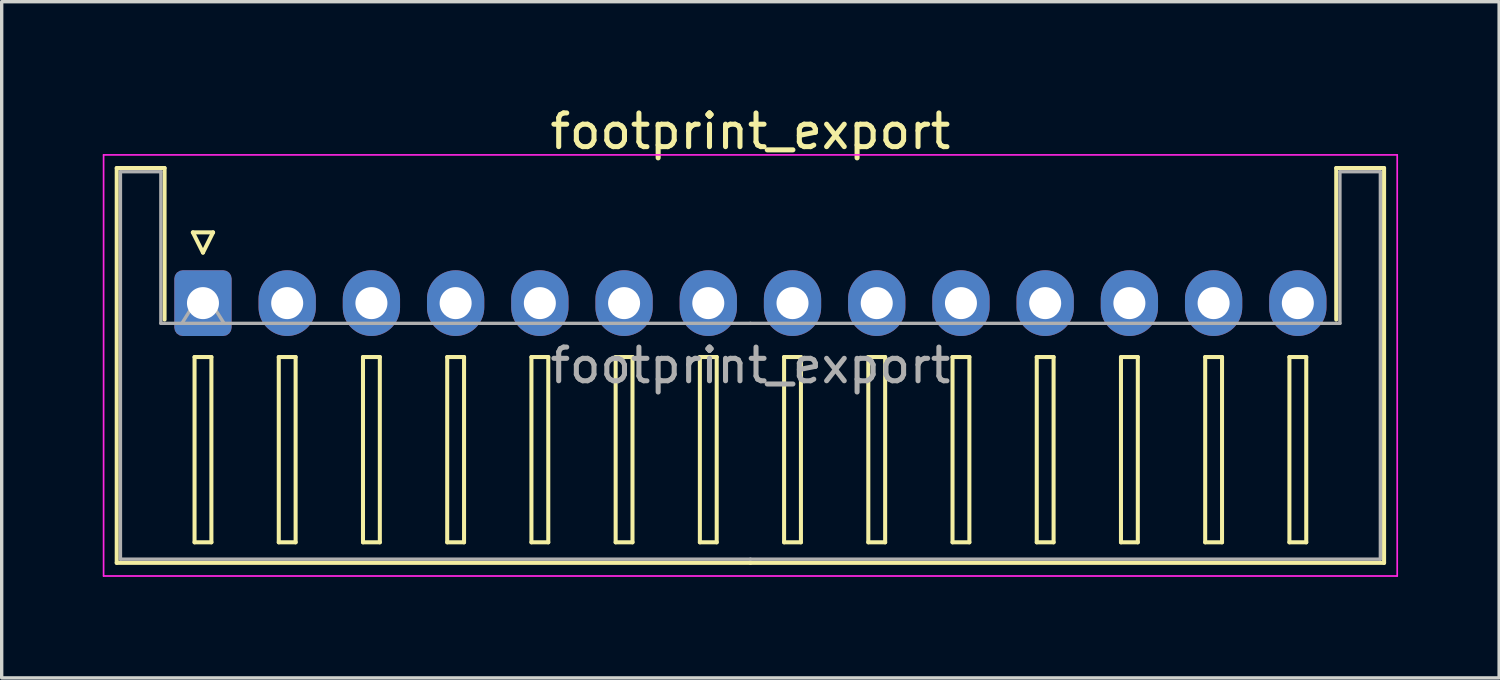
<source format=kicad_pcb>
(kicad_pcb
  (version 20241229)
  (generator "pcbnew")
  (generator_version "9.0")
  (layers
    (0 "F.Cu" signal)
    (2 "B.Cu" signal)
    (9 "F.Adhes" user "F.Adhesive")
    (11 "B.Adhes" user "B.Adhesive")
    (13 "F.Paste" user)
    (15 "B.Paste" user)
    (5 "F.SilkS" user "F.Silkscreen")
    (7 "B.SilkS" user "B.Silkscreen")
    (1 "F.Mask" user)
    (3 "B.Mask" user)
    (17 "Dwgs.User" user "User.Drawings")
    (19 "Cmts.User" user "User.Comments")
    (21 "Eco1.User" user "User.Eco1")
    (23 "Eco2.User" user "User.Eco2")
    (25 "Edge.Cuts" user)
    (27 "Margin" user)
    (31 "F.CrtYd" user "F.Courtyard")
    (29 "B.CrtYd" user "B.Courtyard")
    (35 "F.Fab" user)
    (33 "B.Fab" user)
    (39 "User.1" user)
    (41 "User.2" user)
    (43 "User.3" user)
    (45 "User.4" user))
  (footprint "footprint_export"
    (layer "F.Cu")
    (at 2.975 5.948)
    (property "Reference" "footprint_export" (at 16.25 -5.1 0) (layer "F.SilkS") (effects (font (size 1 1) (thickness 0.15))))
    (attr through_hole)
    (fp_line (start -2.56 -4.01) (end -1.14 -4.01) (stroke (width 0.12) (type solid)) (layer "F.SilkS"))
    (fp_line (start -2.56 7.71) (end -2.56 -4.01) (stroke (width 0.12) (type solid)) (layer "F.SilkS"))
    (fp_line (start -1.14 -4.01) (end -1.14 0.49) (stroke (width 0.12) (type solid)) (layer "F.SilkS"))
    (fp_line (start -0.3 -2.1) (end 0.3 -2.1) (stroke (width 0.12) (type solid)) (layer "F.SilkS"))
    (fp_line (start -0.25 1.6) (end -0.25 7.1) (stroke (width 0.12) (type solid)) (layer "F.SilkS"))
    (fp_line (start -0.25 7.1) (end 0.25 7.1) (stroke (width 0.12) (type solid)) (layer "F.SilkS"))
    (fp_line (start 0 -1.5) (end -0.3 -2.1) (stroke (width 0.12) (type solid)) (layer "F.SilkS"))
    (fp_line (start 0.25 1.6) (end -0.25 1.6) (stroke (width 0.12) (type solid)) (layer "F.SilkS"))
    (fp_line (start 0.25 7.1) (end 0.25 1.6) (stroke (width 0.12) (type solid)) (layer "F.SilkS"))
    (fp_line (start 0.3 -2.1) (end 0 -1.5) (stroke (width 0.12) (type solid)) (layer "F.SilkS"))
    (fp_line (start 2.25 1.6) (end 2.25 7.1) (stroke (width 0.12) (type solid)) (layer "F.SilkS"))
    (fp_line (start 2.25 7.1) (end 2.75 7.1) (stroke (width 0.12) (type solid)) (layer "F.SilkS"))
    (fp_line (start 2.75 1.6) (end 2.25 1.6) (stroke (width 0.12) (type solid)) (layer "F.SilkS"))
    (fp_line (start 2.75 7.1) (end 2.75 1.6) (stroke (width 0.12) (type solid)) (layer "F.SilkS"))
    (fp_line (start 4.75 1.6) (end 4.75 7.1) (stroke (width 0.12) (type solid)) (layer "F.SilkS"))
    (fp_line (start 4.75 7.1) (end 5.25 7.1) (stroke (width 0.12) (type solid)) (layer "F.SilkS"))
    (fp_line (start 5.25 1.6) (end 4.75 1.6) (stroke (width 0.12) (type solid)) (layer "F.SilkS"))
    (fp_line (start 5.25 7.1) (end 5.25 1.6) (stroke (width 0.12) (type solid)) (layer "F.SilkS"))
    (fp_line (start 7.25 1.6) (end 7.25 7.1) (stroke (width 0.12) (type solid)) (layer "F.SilkS"))
    (fp_line (start 7.25 7.1) (end 7.75 7.1) (stroke (width 0.12) (type solid)) (layer "F.SilkS"))
    (fp_line (start 7.75 1.6) (end 7.25 1.6) (stroke (width 0.12) (type solid)) (layer "F.SilkS"))
    (fp_line (start 7.75 7.1) (end 7.75 1.6) (stroke (width 0.12) (type solid)) (layer "F.SilkS"))
    (fp_line (start 9.75 1.6) (end 9.75 7.1) (stroke (width 0.12) (type solid)) (layer "F.SilkS"))
    (fp_line (start 9.75 7.1) (end 10.25 7.1) (stroke (width 0.12) (type solid)) (layer "F.SilkS"))
    (fp_line (start 10.25 1.6) (end 9.75 1.6) (stroke (width 0.12) (type solid)) (layer "F.SilkS"))
    (fp_line (start 10.25 7.1) (end 10.25 1.6) (stroke (width 0.12) (type solid)) (layer "F.SilkS"))
    (fp_line (start 12.25 1.6) (end 12.25 7.1) (stroke (width 0.12) (type solid)) (layer "F.SilkS"))
    (fp_line (start 12.25 7.1) (end 12.75 7.1) (stroke (width 0.12) (type solid)) (layer "F.SilkS"))
    (fp_line (start 12.75 1.6) (end 12.25 1.6) (stroke (width 0.12) (type solid)) (layer "F.SilkS"))
    (fp_line (start 12.75 7.1) (end 12.75 1.6) (stroke (width 0.12) (type solid)) (layer "F.SilkS"))
    (fp_line (start 14.75 1.6) (end 14.75 7.1) (stroke (width 0.12) (type solid)) (layer "F.SilkS"))
    (fp_line (start 14.75 7.1) (end 15.25 7.1) (stroke (width 0.12) (type solid)) (layer "F.SilkS"))
    (fp_line (start 15.25 1.6) (end 14.75 1.6) (stroke (width 0.12) (type solid)) (layer "F.SilkS"))
    (fp_line (start 15.25 7.1) (end 15.25 1.6) (stroke (width 0.12) (type solid)) (layer "F.SilkS"))
    (fp_line (start 16.25 7.71) (end -2.56 7.71) (stroke (width 0.12) (type solid)) (layer "F.SilkS"))
    (fp_line (start 16.25 7.71) (end 35.06 7.71) (stroke (width 0.12) (type solid)) (layer "F.SilkS"))
    (fp_line (start 17.25 1.6) (end 17.25 7.1) (stroke (width 0.12) (type solid)) (layer "F.SilkS"))
    (fp_line (start 17.25 7.1) (end 17.75 7.1) (stroke (width 0.12) (type solid)) (layer "F.SilkS"))
    (fp_line (start 17.75 1.6) (end 17.25 1.6) (stroke (width 0.12) (type solid)) (layer "F.SilkS"))
    (fp_line (start 17.75 7.1) (end 17.75 1.6) (stroke (width 0.12) (type solid)) (layer "F.SilkS"))
    (fp_line (start 19.75 1.6) (end 19.75 7.1) (stroke (width 0.12) (type solid)) (layer "F.SilkS"))
    (fp_line (start 19.75 7.1) (end 20.25 7.1) (stroke (width 0.12) (type solid)) (layer "F.SilkS"))
    (fp_line (start 20.25 1.6) (end 19.75 1.6) (stroke (width 0.12) (type solid)) (layer "F.SilkS"))
    (fp_line (start 20.25 7.1) (end 20.25 1.6) (stroke (width 0.12) (type solid)) (layer "F.SilkS"))
    (fp_line (start 22.25 1.6) (end 22.25 7.1) (stroke (width 0.12) (type solid)) (layer "F.SilkS"))
    (fp_line (start 22.25 7.1) (end 22.75 7.1) (stroke (width 0.12) (type solid)) (layer "F.SilkS"))
    (fp_line (start 22.75 1.6) (end 22.25 1.6) (stroke (width 0.12) (type solid)) (layer "F.SilkS"))
    (fp_line (start 22.75 7.1) (end 22.75 1.6) (stroke (width 0.12) (type solid)) (layer "F.SilkS"))
    (fp_line (start 24.75 1.6) (end 24.75 7.1) (stroke (width 0.12) (type solid)) (layer "F.SilkS"))
    (fp_line (start 24.75 7.1) (end 25.25 7.1) (stroke (width 0.12) (type solid)) (layer "F.SilkS"))
    (fp_line (start 25.25 1.6) (end 24.75 1.6) (stroke (width 0.12) (type solid)) (layer "F.SilkS"))
    (fp_line (start 25.25 7.1) (end 25.25 1.6) (stroke (width 0.12) (type solid)) (layer "F.SilkS"))
    (fp_line (start 27.25 1.6) (end 27.25 7.1) (stroke (width 0.12) (type solid)) (layer "F.SilkS"))
    (fp_line (start 27.25 7.1) (end 27.75 7.1) (stroke (width 0.12) (type solid)) (layer "F.SilkS"))
    (fp_line (start 27.75 1.6) (end 27.25 1.6) (stroke (width 0.12) (type solid)) (layer "F.SilkS"))
    (fp_line (start 27.75 7.1) (end 27.75 1.6) (stroke (width 0.12) (type solid)) (layer "F.SilkS"))
    (fp_line (start 29.75 1.6) (end 29.75 7.1) (stroke (width 0.12) (type solid)) (layer "F.SilkS"))
    (fp_line (start 29.75 7.1) (end 30.25 7.1) (stroke (width 0.12) (type solid)) (layer "F.SilkS"))
    (fp_line (start 30.25 1.6) (end 29.75 1.6) (stroke (width 0.12) (type solid)) (layer "F.SilkS"))
    (fp_line (start 30.25 7.1) (end 30.25 1.6) (stroke (width 0.12) (type solid)) (layer "F.SilkS"))
    (fp_line (start 32.25 1.6) (end 32.25 7.1) (stroke (width 0.12) (type solid)) (layer "F.SilkS"))
    (fp_line (start 32.25 7.1) (end 32.75 7.1) (stroke (width 0.12) (type solid)) (layer "F.SilkS"))
    (fp_line (start 32.75 1.6) (end 32.25 1.6) (stroke (width 0.12) (type solid)) (layer "F.SilkS"))
    (fp_line (start 32.75 7.1) (end 32.75 1.6) (stroke (width 0.12) (type solid)) (layer "F.SilkS"))
    (fp_line (start 33.64 -4.01) (end 33.64 0.49) (stroke (width 0.12) (type solid)) (layer "F.SilkS"))
    (fp_line (start 35.06 -4.01) (end 33.64 -4.01) (stroke (width 0.12) (type solid)) (layer "F.SilkS"))
    (fp_line (start 35.06 7.71) (end 35.06 -4.01) (stroke (width 0.12) (type solid)) (layer "F.SilkS"))
    (fp_line (start -2.95 -4.4) (end -2.95 8.1) (stroke (width 0.05) (type solid)) (layer "F.CrtYd"))
    (fp_line (start -2.95 8.1) (end 35.45 8.1) (stroke (width 0.05) (type solid)) (layer "F.CrtYd"))
    (fp_line (start 35.45 -4.4) (end -2.95 -4.4) (stroke (width 0.05) (type solid)) (layer "F.CrtYd"))
    (fp_line (start 35.45 8.1) (end 35.45 -4.4) (stroke (width 0.05) (type solid)) (layer "F.CrtYd"))
    (fp_line (start -2.45 -3.9) (end -1.25 -3.9) (stroke (width 0.1) (type solid)) (layer "F.Fab"))
    (fp_line (start -2.45 7.6) (end -2.45 -3.9) (stroke (width 0.1) (type solid)) (layer "F.Fab"))
    (fp_line (start -1.25 -3.9) (end -1.25 0.6) (stroke (width 0.1) (type solid)) (layer "F.Fab"))
    (fp_line (start -1.25 0.6) (end 16.25 0.6) (stroke (width 0.1) (type solid)) (layer "F.Fab"))
    (fp_line (start -0.625 0.6) (end 0 -0.4) (stroke (width 0.1) (type solid)) (layer "F.Fab"))
    (fp_line (start 0 -0.4) (end 0.625 0.6) (stroke (width 0.1) (type solid)) (layer "F.Fab"))
    (fp_line (start 16.25 7.6) (end -2.45 7.6) (stroke (width 0.1) (type solid)) (layer "F.Fab"))
    (fp_line (start 16.25 7.6) (end 34.95 7.6) (stroke (width 0.1) (type solid)) (layer "F.Fab"))
    (fp_line (start 33.75 -3.9) (end 33.75 0.6) (stroke (width 0.1) (type solid)) (layer "F.Fab"))
    (fp_line (start 33.75 0.6) (end 16.25 0.6) (stroke (width 0.1) (type solid)) (layer "F.Fab"))
    (fp_line (start 34.95 -3.9) (end 33.75 -3.9) (stroke (width 0.1) (type solid)) (layer "F.Fab"))
    (fp_line (start 34.95 7.6) (end 34.95 -3.9) (stroke (width 0.1) (type solid)) (layer "F.Fab"))
    (fp_text user "${REFERENCE}" (at 16.25 1.85 0) (layer "F.Fab") (effects (font (size 1 1) (thickness 0.15))))
    (pad "1" thru_hole roundrect (at 0 0) (size 1.7 1.95) (drill 0.95) (layers "*.Cu" "*.Mask") (roundrect_rratio 0.147))
    (pad "2" thru_hole oval (at 2.5 0) (size 1.7 1.95) (drill 0.95) (layers "*.Cu" "*.Mask"))
    (pad "3" thru_hole oval (at 5 0) (size 1.7 1.95) (drill 0.95) (layers "*.Cu" "*.Mask"))
    (pad "4" thru_hole oval (at 7.5 0) (size 1.7 1.95) (drill 0.95) (layers "*.Cu" "*.Mask"))
    (pad "5" thru_hole oval (at 10 0) (size 1.7 1.95) (drill 0.95) (layers "*.Cu" "*.Mask"))
    (pad "6" thru_hole oval (at 12.5 0) (size 1.7 1.95) (drill 0.95) (layers "*.Cu" "*.Mask"))
    (pad "7" thru_hole oval (at 15 0) (size 1.7 1.95) (drill 0.95) (layers "*.Cu" "*.Mask"))
    (pad "8" thru_hole oval (at 17.5 0) (size 1.7 1.95) (drill 0.95) (layers "*.Cu" "*.Mask"))
    (pad "9" thru_hole oval (at 20 0) (size 1.7 1.95) (drill 0.95) (layers "*.Cu" "*.Mask"))
    (pad "10" thru_hole oval (at 22.5 0) (size 1.7 1.95) (drill 0.95) (layers "*.Cu" "*.Mask"))
    (pad "11" thru_hole oval (at 25 0) (size 1.7 1.95) (drill 0.95) (layers "*.Cu" "*.Mask"))
    (pad "12" thru_hole oval (at 27.5 0) (size 1.7 1.95) (drill 0.95) (layers "*.Cu" "*.Mask"))
    (pad "13" thru_hole oval (at 30 0) (size 1.7 1.95) (drill 0.95) (layers "*.Cu" "*.Mask"))
    (pad "14" thru_hole oval (at 32.5 0) (size 1.7 1.95) (drill 0.95) (layers "*.Cu" "*.Mask")))
  (gr_rect
    (start -3 -3)
    (end 41.45 17.073)
    (stroke (width 0.1) (type default))
    (fill no)
    (layer "Edge.Cuts")))
</source>
